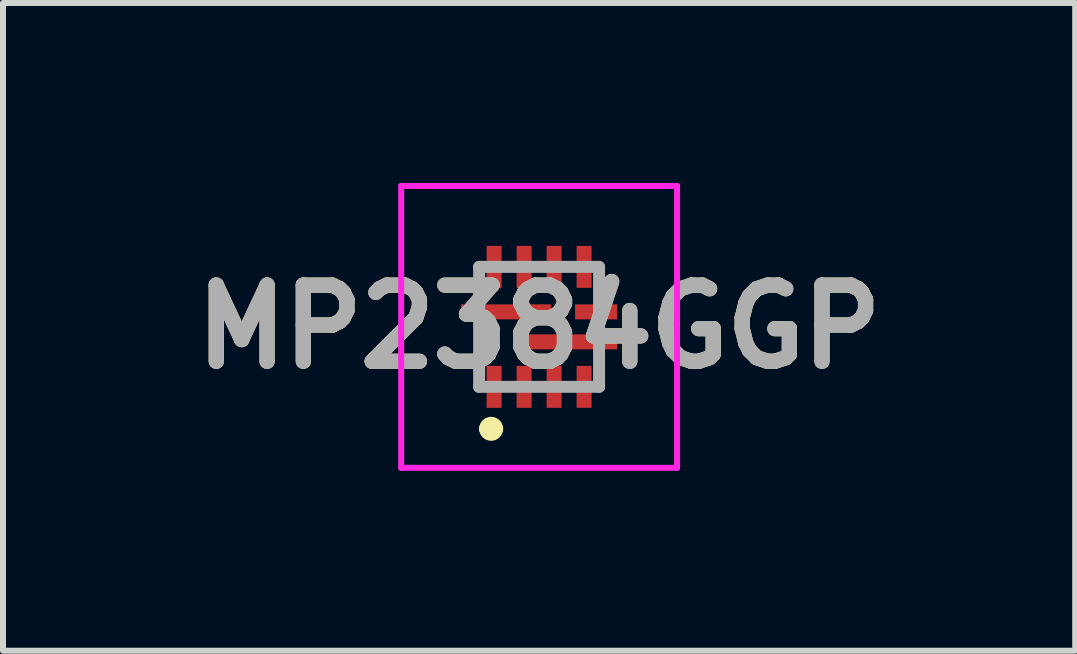
<source format=kicad_pcb>
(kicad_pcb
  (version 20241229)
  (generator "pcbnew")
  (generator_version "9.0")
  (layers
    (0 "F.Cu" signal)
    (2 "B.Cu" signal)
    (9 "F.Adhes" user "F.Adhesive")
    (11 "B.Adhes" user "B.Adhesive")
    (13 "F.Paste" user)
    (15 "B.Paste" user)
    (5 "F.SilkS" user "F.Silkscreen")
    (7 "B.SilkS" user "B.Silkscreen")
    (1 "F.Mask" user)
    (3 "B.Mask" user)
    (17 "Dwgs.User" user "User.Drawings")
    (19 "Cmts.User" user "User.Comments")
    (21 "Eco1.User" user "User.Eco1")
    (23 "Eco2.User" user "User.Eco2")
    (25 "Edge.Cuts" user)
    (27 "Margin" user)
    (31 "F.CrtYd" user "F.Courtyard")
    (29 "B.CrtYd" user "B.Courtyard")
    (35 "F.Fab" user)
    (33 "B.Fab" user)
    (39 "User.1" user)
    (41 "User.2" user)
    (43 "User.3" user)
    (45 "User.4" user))
  (footprint "MP2384GGP"
    (layer "F.Cu")
    (at 5.939 2.4)
    (property "Reference" "MP2384GGP" (at 0 0 0) (layer "F.SilkS") (effects (font (size 1.27 1.27) (thickness 0.254))))
    (attr smd)
    (fp_line (start -0.9 1.7) (end -0.9 1.7) (stroke (width 0.2) (type solid)) (layer "F.SilkS"))
    (fp_line (start -0.7 1.7) (end -0.7 1.7) (stroke (width 0.2) (type solid)) (layer "F.SilkS"))
    (fp_arc (start -0.9 1.7) (mid -0.8 1.6) (end -0.7 1.7) (stroke (width 0.2) (type solid)) (layer "F.SilkS"))
    (fp_arc (start -0.7 1.7) (mid -0.8 1.8) (end -0.9 1.7) (stroke (width 0.2) (type solid)) (layer "F.SilkS"))
    (fp_line (start -2.3 -2.35) (end 2.3 -2.35) (stroke (width 0.1) (type solid)) (layer "F.CrtYd"))
    (fp_line (start -2.3 2.35) (end -2.3 -2.35) (stroke (width 0.1) (type solid)) (layer "F.CrtYd"))
    (fp_line (start 2.3 -2.35) (end 2.3 2.35) (stroke (width 0.1) (type solid)) (layer "F.CrtYd"))
    (fp_line (start 2.3 2.35) (end -2.3 2.35) (stroke (width 0.1) (type solid)) (layer "F.CrtYd"))
    (fp_line (start -1 -1) (end 1 -1) (stroke (width 0.2) (type solid)) (layer "F.Fab"))
    (fp_line (start -1 1) (end -1 -1) (stroke (width 0.2) (type solid)) (layer "F.Fab"))
    (fp_line (start 1 -1) (end 1 1) (stroke (width 0.2) (type solid)) (layer "F.Fab"))
    (fp_line (start 1 1) (end -1 1) (stroke (width 0.2) (type solid)) (layer "F.Fab"))
    (fp_text user "${REFERENCE}" (at 0 0 0) (layer "F.Fab") (effects (font (size 1.27 1.27) (thickness 0.254))))
    (pad "1" smd rect (at -0.55 -0.25 90) (size 0.25 1.5) (layers "F.Cu" "F.Mask" "F.Paste"))
    (pad "2" smd rect (at -0.75 1) (size 0.25 0.7) (layers "F.Cu" "F.Mask" "F.Paste"))
    (pad "3" smd rect (at -0.25 1) (size 0.25 0.7) (layers "F.Cu" "F.Mask" "F.Paste"))
    (pad "4" smd rect (at 0.25 1) (size 0.25 0.7) (layers "F.Cu" "F.Mask" "F.Paste"))
    (pad "5" smd rect (at 0.75 1) (size 0.25 0.7) (layers "F.Cu" "F.Mask" "F.Paste"))
    (pad "6" smd rect (at 0.55 0.25 90) (size 0.25 1.5) (layers "F.Cu" "F.Mask" "F.Paste"))
    (pad "7" smd rect (at 0.95 -0.25 90) (size 0.25 0.7) (layers "F.Cu" "F.Mask" "F.Paste"))
    (pad "8" smd rect (at 0.75 -1) (size 0.25 0.7) (layers "F.Cu" "F.Mask" "F.Paste"))
    (pad "9" smd rect (at 0.25 -1) (size 0.25 0.7) (layers "F.Cu" "F.Mask" "F.Paste"))
    (pad "10" smd rect (at -0.25 -1) (size 0.25 0.7) (layers "F.Cu" "F.Mask" "F.Paste"))
    (pad "11" smd rect (at -0.75 -1) (size 0.25 0.7) (layers "F.Cu" "F.Mask" "F.Paste")))
  (gr_rect
    (start -3 -3)
    (end 14.878 7.8)
    (stroke (width 0.1) (type default))
    (fill no)
    (layer "Edge.Cuts")))
</source>
